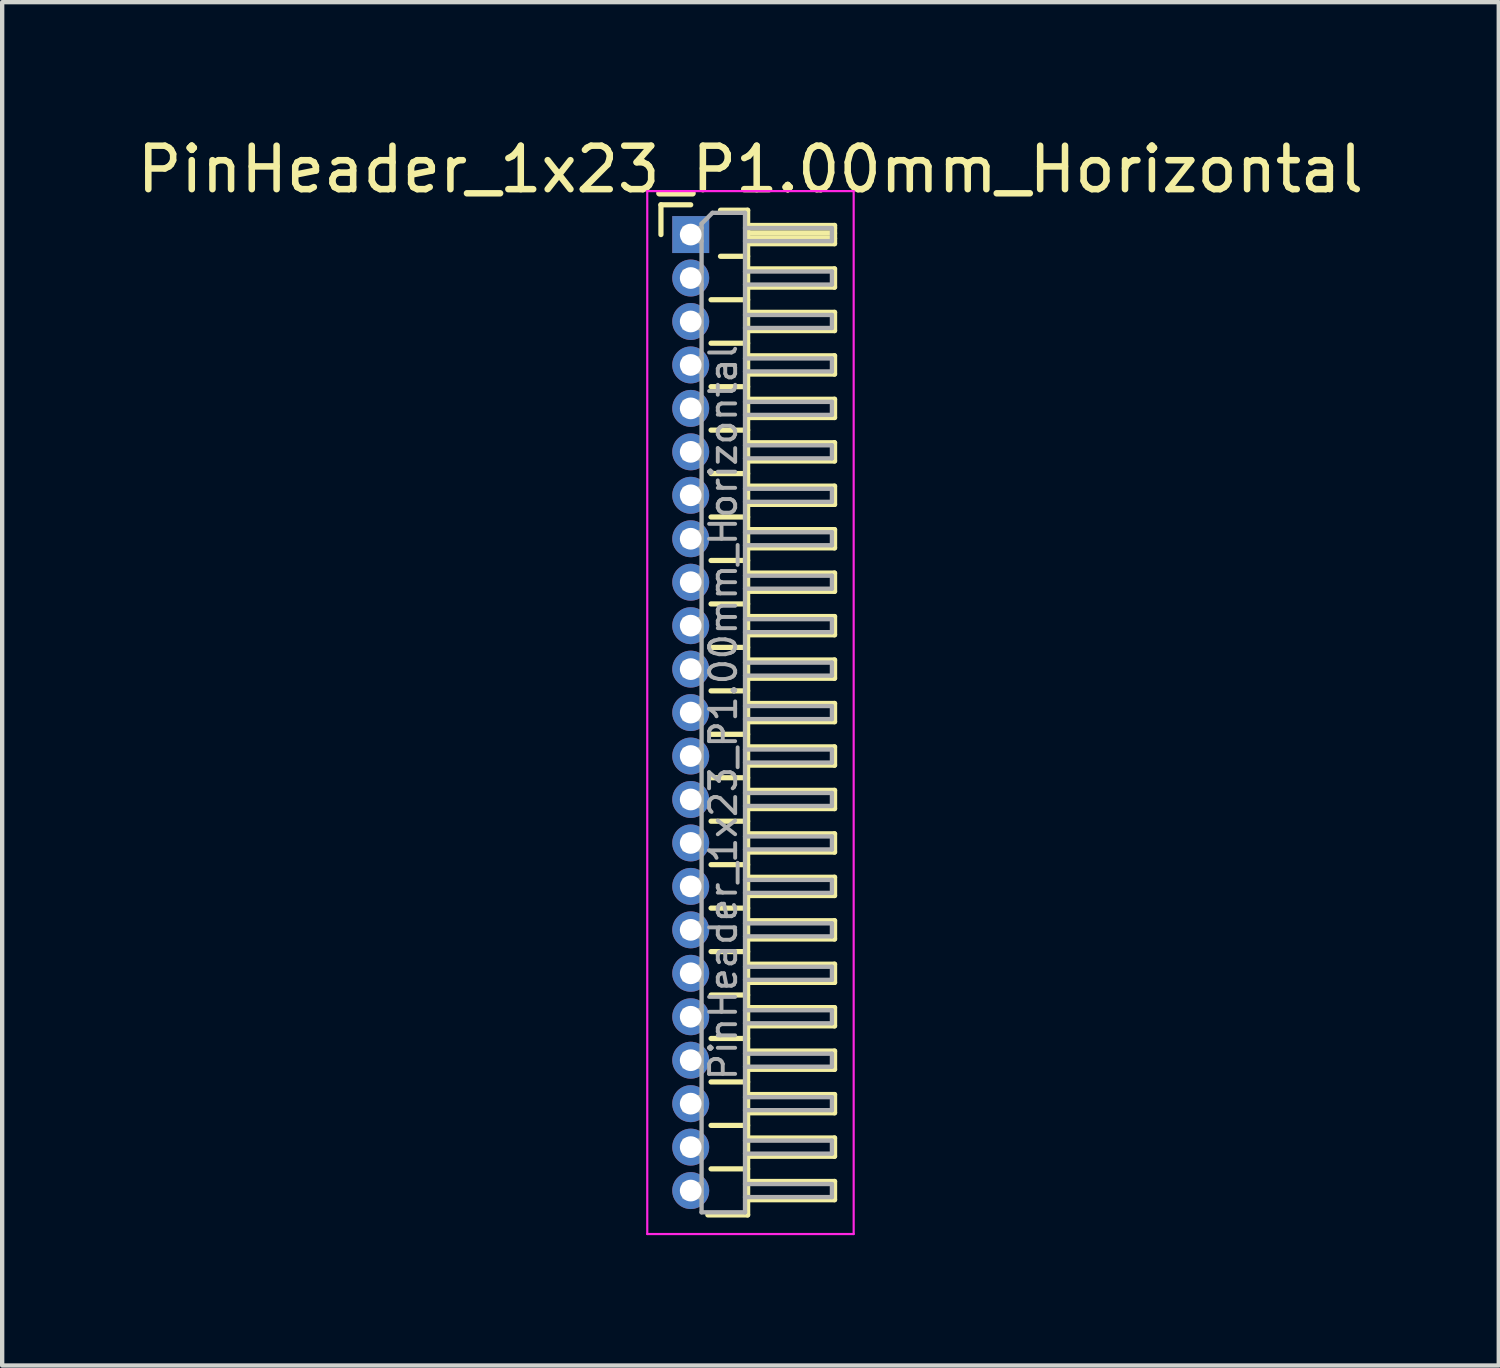
<source format=kicad_pcb>
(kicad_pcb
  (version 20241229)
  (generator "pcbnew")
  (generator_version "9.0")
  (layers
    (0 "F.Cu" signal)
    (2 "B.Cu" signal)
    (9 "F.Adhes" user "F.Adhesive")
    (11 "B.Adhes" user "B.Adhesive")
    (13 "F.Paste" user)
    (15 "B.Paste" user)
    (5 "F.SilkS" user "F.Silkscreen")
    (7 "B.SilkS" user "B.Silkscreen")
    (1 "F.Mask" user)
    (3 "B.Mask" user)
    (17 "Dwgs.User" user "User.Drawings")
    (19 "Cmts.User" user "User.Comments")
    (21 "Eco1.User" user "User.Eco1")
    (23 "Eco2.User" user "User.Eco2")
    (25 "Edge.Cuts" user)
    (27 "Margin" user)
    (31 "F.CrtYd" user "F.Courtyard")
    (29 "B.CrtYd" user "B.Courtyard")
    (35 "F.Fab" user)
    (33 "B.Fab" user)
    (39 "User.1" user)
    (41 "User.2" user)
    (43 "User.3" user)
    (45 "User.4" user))
  (footprint "PinHeader_1x23_P1.00mm_Horizontal"
    (layer "F.Cu")
    (at 12.845 2.348)
    (property "Reference" "PinHeader_1x23_P1.00mm_Horizontal" (at 1.375 -1.5 0) (layer "F.SilkS") (effects (font (size 1 1) (thickness 0.15))))
    (attr through_hole)
    (fp_line (start -0.685 -0.685) (end 0 -0.685) (stroke (width 0.12) (type solid)) (layer "F.SilkS"))
    (fp_line (start -0.685 0) (end -0.685 -0.685) (stroke (width 0.12) (type solid)) (layer "F.SilkS"))
    (fp_line (start 0.468 1.5) (end 1.31 1.5) (stroke (width 0.12) (type solid)) (layer "F.SilkS"))
    (fp_line (start 0.468 2.5) (end 1.31 2.5) (stroke (width 0.12) (type solid)) (layer "F.SilkS"))
    (fp_line (start 0.468 3.5) (end 1.31 3.5) (stroke (width 0.12) (type solid)) (layer "F.SilkS"))
    (fp_line (start 0.468 4.5) (end 1.31 4.5) (stroke (width 0.12) (type solid)) (layer "F.SilkS"))
    (fp_line (start 0.468 5.5) (end 1.31 5.5) (stroke (width 0.12) (type solid)) (layer "F.SilkS"))
    (fp_line (start 0.468 6.5) (end 1.31 6.5) (stroke (width 0.12) (type solid)) (layer "F.SilkS"))
    (fp_line (start 0.468 7.5) (end 1.31 7.5) (stroke (width 0.12) (type solid)) (layer "F.SilkS"))
    (fp_line (start 0.468 8.5) (end 1.31 8.5) (stroke (width 0.12) (type solid)) (layer "F.SilkS"))
    (fp_line (start 0.468 9.5) (end 1.31 9.5) (stroke (width 0.12) (type solid)) (layer "F.SilkS"))
    (fp_line (start 0.468 10.5) (end 1.31 10.5) (stroke (width 0.12) (type solid)) (layer "F.SilkS"))
    (fp_line (start 0.468 11.5) (end 1.31 11.5) (stroke (width 0.12) (type solid)) (layer "F.SilkS"))
    (fp_line (start 0.468 12.5) (end 1.31 12.5) (stroke (width 0.12) (type solid)) (layer "F.SilkS"))
    (fp_line (start 0.468 13.5) (end 1.31 13.5) (stroke (width 0.12) (type solid)) (layer "F.SilkS"))
    (fp_line (start 0.468 14.5) (end 1.31 14.5) (stroke (width 0.12) (type solid)) (layer "F.SilkS"))
    (fp_line (start 0.468 15.5) (end 1.31 15.5) (stroke (width 0.12) (type solid)) (layer "F.SilkS"))
    (fp_line (start 0.468 16.5) (end 1.31 16.5) (stroke (width 0.12) (type solid)) (layer "F.SilkS"))
    (fp_line (start 0.468 17.5) (end 1.31 17.5) (stroke (width 0.12) (type solid)) (layer "F.SilkS"))
    (fp_line (start 0.468 18.5) (end 1.31 18.5) (stroke (width 0.12) (type solid)) (layer "F.SilkS"))
    (fp_line (start 0.468 19.5) (end 1.31 19.5) (stroke (width 0.12) (type solid)) (layer "F.SilkS"))
    (fp_line (start 0.468 20.5) (end 1.31 20.5) (stroke (width 0.12) (type solid)) (layer "F.SilkS"))
    (fp_line (start 0.468 21.5) (end 1.31 21.5) (stroke (width 0.12) (type solid)) (layer "F.SilkS"))
    (fp_line (start 0.685 -0.56) (end 1.31 -0.56) (stroke (width 0.12) (type solid)) (layer "F.SilkS"))
    (fp_line (start 0.685 0.5) (end 1.31 0.5) (stroke (width 0.12) (type solid)) (layer "F.SilkS"))
    (fp_line (start 1.31 -0.56) (end 1.31 22.56) (stroke (width 0.12) (type solid)) (layer "F.SilkS"))
    (fp_line (start 1.31 -0.21) (end 3.31 -0.21) (stroke (width 0.12) (type solid)) (layer "F.SilkS"))
    (fp_line (start 1.31 -0.15) (end 3.31 -0.15) (stroke (width 0.12) (type solid)) (layer "F.SilkS"))
    (fp_line (start 1.31 -0.03) (end 3.31 -0.03) (stroke (width 0.12) (type solid)) (layer "F.SilkS"))
    (fp_line (start 1.31 0.09) (end 3.31 0.09) (stroke (width 0.12) (type solid)) (layer "F.SilkS"))
    (fp_line (start 1.31 0.79) (end 3.31 0.79) (stroke (width 0.12) (type solid)) (layer "F.SilkS"))
    (fp_line (start 1.31 1.79) (end 3.31 1.79) (stroke (width 0.12) (type solid)) (layer "F.SilkS"))
    (fp_line (start 1.31 2.79) (end 3.31 2.79) (stroke (width 0.12) (type solid)) (layer "F.SilkS"))
    (fp_line (start 1.31 3.79) (end 3.31 3.79) (stroke (width 0.12) (type solid)) (layer "F.SilkS"))
    (fp_line (start 1.31 4.79) (end 3.31 4.79) (stroke (width 0.12) (type solid)) (layer "F.SilkS"))
    (fp_line (start 1.31 5.79) (end 3.31 5.79) (stroke (width 0.12) (type solid)) (layer "F.SilkS"))
    (fp_line (start 1.31 6.79) (end 3.31 6.79) (stroke (width 0.12) (type solid)) (layer "F.SilkS"))
    (fp_line (start 1.31 7.79) (end 3.31 7.79) (stroke (width 0.12) (type solid)) (layer "F.SilkS"))
    (fp_line (start 1.31 8.79) (end 3.31 8.79) (stroke (width 0.12) (type solid)) (layer "F.SilkS"))
    (fp_line (start 1.31 9.79) (end 3.31 9.79) (stroke (width 0.12) (type solid)) (layer "F.SilkS"))
    (fp_line (start 1.31 10.79) (end 3.31 10.79) (stroke (width 0.12) (type solid)) (layer "F.SilkS"))
    (fp_line (start 1.31 11.79) (end 3.31 11.79) (stroke (width 0.12) (type solid)) (layer "F.SilkS"))
    (fp_line (start 1.31 12.79) (end 3.31 12.79) (stroke (width 0.12) (type solid)) (layer "F.SilkS"))
    (fp_line (start 1.31 13.79) (end 3.31 13.79) (stroke (width 0.12) (type solid)) (layer "F.SilkS"))
    (fp_line (start 1.31 14.79) (end 3.31 14.79) (stroke (width 0.12) (type solid)) (layer "F.SilkS"))
    (fp_line (start 1.31 15.79) (end 3.31 15.79) (stroke (width 0.12) (type solid)) (layer "F.SilkS"))
    (fp_line (start 1.31 16.79) (end 3.31 16.79) (stroke (width 0.12) (type solid)) (layer "F.SilkS"))
    (fp_line (start 1.31 17.79) (end 3.31 17.79) (stroke (width 0.12) (type solid)) (layer "F.SilkS"))
    (fp_line (start 1.31 18.79) (end 3.31 18.79) (stroke (width 0.12) (type solid)) (layer "F.SilkS"))
    (fp_line (start 1.31 19.79) (end 3.31 19.79) (stroke (width 0.12) (type solid)) (layer "F.SilkS"))
    (fp_line (start 1.31 20.79) (end 3.31 20.79) (stroke (width 0.12) (type solid)) (layer "F.SilkS"))
    (fp_line (start 1.31 21.79) (end 3.31 21.79) (stroke (width 0.12) (type solid)) (layer "F.SilkS"))
    (fp_line (start 1.31 22.56) (end 0.394 22.56) (stroke (width 0.12) (type solid)) (layer "F.SilkS"))
    (fp_line (start 3.31 -0.21) (end 3.31 0.21) (stroke (width 0.12) (type solid)) (layer "F.SilkS"))
    (fp_line (start 3.31 0.21) (end 1.31 0.21) (stroke (width 0.12) (type solid)) (layer "F.SilkS"))
    (fp_line (start 3.31 0.79) (end 3.31 1.21) (stroke (width 0.12) (type solid)) (layer "F.SilkS"))
    (fp_line (start 3.31 1.21) (end 1.31 1.21) (stroke (width 0.12) (type solid)) (layer "F.SilkS"))
    (fp_line (start 3.31 1.79) (end 3.31 2.21) (stroke (width 0.12) (type solid)) (layer "F.SilkS"))
    (fp_line (start 3.31 2.21) (end 1.31 2.21) (stroke (width 0.12) (type solid)) (layer "F.SilkS"))
    (fp_line (start 3.31 2.79) (end 3.31 3.21) (stroke (width 0.12) (type solid)) (layer "F.SilkS"))
    (fp_line (start 3.31 3.21) (end 1.31 3.21) (stroke (width 0.12) (type solid)) (layer "F.SilkS"))
    (fp_line (start 3.31 3.79) (end 3.31 4.21) (stroke (width 0.12) (type solid)) (layer "F.SilkS"))
    (fp_line (start 3.31 4.21) (end 1.31 4.21) (stroke (width 0.12) (type solid)) (layer "F.SilkS"))
    (fp_line (start 3.31 4.79) (end 3.31 5.21) (stroke (width 0.12) (type solid)) (layer "F.SilkS"))
    (fp_line (start 3.31 5.21) (end 1.31 5.21) (stroke (width 0.12) (type solid)) (layer "F.SilkS"))
    (fp_line (start 3.31 5.79) (end 3.31 6.21) (stroke (width 0.12) (type solid)) (layer "F.SilkS"))
    (fp_line (start 3.31 6.21) (end 1.31 6.21) (stroke (width 0.12) (type solid)) (layer "F.SilkS"))
    (fp_line (start 3.31 6.79) (end 3.31 7.21) (stroke (width 0.12) (type solid)) (layer "F.SilkS"))
    (fp_line (start 3.31 7.21) (end 1.31 7.21) (stroke (width 0.12) (type solid)) (layer "F.SilkS"))
    (fp_line (start 3.31 7.79) (end 3.31 8.21) (stroke (width 0.12) (type solid)) (layer "F.SilkS"))
    (fp_line (start 3.31 8.21) (end 1.31 8.21) (stroke (width 0.12) (type solid)) (layer "F.SilkS"))
    (fp_line (start 3.31 8.79) (end 3.31 9.21) (stroke (width 0.12) (type solid)) (layer "F.SilkS"))
    (fp_line (start 3.31 9.21) (end 1.31 9.21) (stroke (width 0.12) (type solid)) (layer "F.SilkS"))
    (fp_line (start 3.31 9.79) (end 3.31 10.21) (stroke (width 0.12) (type solid)) (layer "F.SilkS"))
    (fp_line (start 3.31 10.21) (end 1.31 10.21) (stroke (width 0.12) (type solid)) (layer "F.SilkS"))
    (fp_line (start 3.31 10.79) (end 3.31 11.21) (stroke (width 0.12) (type solid)) (layer "F.SilkS"))
    (fp_line (start 3.31 11.21) (end 1.31 11.21) (stroke (width 0.12) (type solid)) (layer "F.SilkS"))
    (fp_line (start 3.31 11.79) (end 3.31 12.21) (stroke (width 0.12) (type solid)) (layer "F.SilkS"))
    (fp_line (start 3.31 12.21) (end 1.31 12.21) (stroke (width 0.12) (type solid)) (layer "F.SilkS"))
    (fp_line (start 3.31 12.79) (end 3.31 13.21) (stroke (width 0.12) (type solid)) (layer "F.SilkS"))
    (fp_line (start 3.31 13.21) (end 1.31 13.21) (stroke (width 0.12) (type solid)) (layer "F.SilkS"))
    (fp_line (start 3.31 13.79) (end 3.31 14.21) (stroke (width 0.12) (type solid)) (layer "F.SilkS"))
    (fp_line (start 3.31 14.21) (end 1.31 14.21) (stroke (width 0.12) (type solid)) (layer "F.SilkS"))
    (fp_line (start 3.31 14.79) (end 3.31 15.21) (stroke (width 0.12) (type solid)) (layer "F.SilkS"))
    (fp_line (start 3.31 15.21) (end 1.31 15.21) (stroke (width 0.12) (type solid)) (layer "F.SilkS"))
    (fp_line (start 3.31 15.79) (end 3.31 16.21) (stroke (width 0.12) (type solid)) (layer "F.SilkS"))
    (fp_line (start 3.31 16.21) (end 1.31 16.21) (stroke (width 0.12) (type solid)) (layer "F.SilkS"))
    (fp_line (start 3.31 16.79) (end 3.31 17.21) (stroke (width 0.12) (type solid)) (layer "F.SilkS"))
    (fp_line (start 3.31 17.21) (end 1.31 17.21) (stroke (width 0.12) (type solid)) (layer "F.SilkS"))
    (fp_line (start 3.31 17.79) (end 3.31 18.21) (stroke (width 0.12) (type solid)) (layer "F.SilkS"))
    (fp_line (start 3.31 18.21) (end 1.31 18.21) (stroke (width 0.12) (type solid)) (layer "F.SilkS"))
    (fp_line (start 3.31 18.79) (end 3.31 19.21) (stroke (width 0.12) (type solid)) (layer "F.SilkS"))
    (fp_line (start 3.31 19.21) (end 1.31 19.21) (stroke (width 0.12) (type solid)) (layer "F.SilkS"))
    (fp_line (start 3.31 19.79) (end 3.31 20.21) (stroke (width 0.12) (type solid)) (layer "F.SilkS"))
    (fp_line (start 3.31 20.21) (end 1.31 20.21) (stroke (width 0.12) (type solid)) (layer "F.SilkS"))
    (fp_line (start 3.31 20.79) (end 3.31 21.21) (stroke (width 0.12) (type solid)) (layer "F.SilkS"))
    (fp_line (start 3.31 21.21) (end 1.31 21.21) (stroke (width 0.12) (type solid)) (layer "F.SilkS"))
    (fp_line (start 3.31 21.79) (end 3.31 22.21) (stroke (width 0.12) (type solid)) (layer "F.SilkS"))
    (fp_line (start 3.31 22.21) (end 1.31 22.21) (stroke (width 0.12) (type solid)) (layer "F.SilkS"))
    (fp_line (start -1 -1) (end -1 23) (stroke (width 0.05) (type solid)) (layer "F.CrtYd"))
    (fp_line (start -1 23) (end 3.75 23) (stroke (width 0.05) (type solid)) (layer "F.CrtYd"))
    (fp_line (start 3.75 -1) (end -1 -1) (stroke (width 0.05) (type solid)) (layer "F.CrtYd"))
    (fp_line (start 3.75 23) (end 3.75 -1) (stroke (width 0.05) (type solid)) (layer "F.CrtYd"))
    (fp_line (start -0.15 -0.15) (end -0.15 0.15) (stroke (width 0.1) (type solid)) (layer "F.Fab"))
    (fp_line (start -0.15 -0.15) (end 0.25 -0.15) (stroke (width 0.1) (type solid)) (layer "F.Fab"))
    (fp_line (start -0.15 0.15) (end 0.25 0.15) (stroke (width 0.1) (type solid)) (layer "F.Fab"))
    (fp_line (start -0.15 0.85) (end -0.15 1.15) (stroke (width 0.1) (type solid)) (layer "F.Fab"))
    (fp_line (start -0.15 0.85) (end 0.25 0.85) (stroke (width 0.1) (type solid)) (layer "F.Fab"))
    (fp_line (start -0.15 1.15) (end 0.25 1.15) (stroke (width 0.1) (type solid)) (layer "F.Fab"))
    (fp_line (start -0.15 1.85) (end -0.15 2.15) (stroke (width 0.1) (type solid)) (layer "F.Fab"))
    (fp_line (start -0.15 1.85) (end 0.25 1.85) (stroke (width 0.1) (type solid)) (layer "F.Fab"))
    (fp_line (start -0.15 2.15) (end 0.25 2.15) (stroke (width 0.1) (type solid)) (layer "F.Fab"))
    (fp_line (start -0.15 2.85) (end -0.15 3.15) (stroke (width 0.1) (type solid)) (layer "F.Fab"))
    (fp_line (start -0.15 2.85) (end 0.25 2.85) (stroke (width 0.1) (type solid)) (layer "F.Fab"))
    (fp_line (start -0.15 3.15) (end 0.25 3.15) (stroke (width 0.1) (type solid)) (layer "F.Fab"))
    (fp_line (start -0.15 3.85) (end -0.15 4.15) (stroke (width 0.1) (type solid)) (layer "F.Fab"))
    (fp_line (start -0.15 3.85) (end 0.25 3.85) (stroke (width 0.1) (type solid)) (layer "F.Fab"))
    (fp_line (start -0.15 4.15) (end 0.25 4.15) (stroke (width 0.1) (type solid)) (layer "F.Fab"))
    (fp_line (start -0.15 4.85) (end -0.15 5.15) (stroke (width 0.1) (type solid)) (layer "F.Fab"))
    (fp_line (start -0.15 4.85) (end 0.25 4.85) (stroke (width 0.1) (type solid)) (layer "F.Fab"))
    (fp_line (start -0.15 5.15) (end 0.25 5.15) (stroke (width 0.1) (type solid)) (layer "F.Fab"))
    (fp_line (start -0.15 5.85) (end -0.15 6.15) (stroke (width 0.1) (type solid)) (layer "F.Fab"))
    (fp_line (start -0.15 5.85) (end 0.25 5.85) (stroke (width 0.1) (type solid)) (layer "F.Fab"))
    (fp_line (start -0.15 6.15) (end 0.25 6.15) (stroke (width 0.1) (type solid)) (layer "F.Fab"))
    (fp_line (start -0.15 6.85) (end -0.15 7.15) (stroke (width 0.1) (type solid)) (layer "F.Fab"))
    (fp_line (start -0.15 6.85) (end 0.25 6.85) (stroke (width 0.1) (type solid)) (layer "F.Fab"))
    (fp_line (start -0.15 7.15) (end 0.25 7.15) (stroke (width 0.1) (type solid)) (layer "F.Fab"))
    (fp_line (start -0.15 7.85) (end -0.15 8.15) (stroke (width 0.1) (type solid)) (layer "F.Fab"))
    (fp_line (start -0.15 7.85) (end 0.25 7.85) (stroke (width 0.1) (type solid)) (layer "F.Fab"))
    (fp_line (start -0.15 8.15) (end 0.25 8.15) (stroke (width 0.1) (type solid)) (layer "F.Fab"))
    (fp_line (start -0.15 8.85) (end -0.15 9.15) (stroke (width 0.1) (type solid)) (layer "F.Fab"))
    (fp_line (start -0.15 8.85) (end 0.25 8.85) (stroke (width 0.1) (type solid)) (layer "F.Fab"))
    (fp_line (start -0.15 9.15) (end 0.25 9.15) (stroke (width 0.1) (type solid)) (layer "F.Fab"))
    (fp_line (start -0.15 9.85) (end -0.15 10.15) (stroke (width 0.1) (type solid)) (layer "F.Fab"))
    (fp_line (start -0.15 9.85) (end 0.25 9.85) (stroke (width 0.1) (type solid)) (layer "F.Fab"))
    (fp_line (start -0.15 10.15) (end 0.25 10.15) (stroke (width 0.1) (type solid)) (layer "F.Fab"))
    (fp_line (start -0.15 10.85) (end -0.15 11.15) (stroke (width 0.1) (type solid)) (layer "F.Fab"))
    (fp_line (start -0.15 10.85) (end 0.25 10.85) (stroke (width 0.1) (type solid)) (layer "F.Fab"))
    (fp_line (start -0.15 11.15) (end 0.25 11.15) (stroke (width 0.1) (type solid)) (layer "F.Fab"))
    (fp_line (start -0.15 11.85) (end -0.15 12.15) (stroke (width 0.1) (type solid)) (layer "F.Fab"))
    (fp_line (start -0.15 11.85) (end 0.25 11.85) (stroke (width 0.1) (type solid)) (layer "F.Fab"))
    (fp_line (start -0.15 12.15) (end 0.25 12.15) (stroke (width 0.1) (type solid)) (layer "F.Fab"))
    (fp_line (start -0.15 12.85) (end -0.15 13.15) (stroke (width 0.1) (type solid)) (layer "F.Fab"))
    (fp_line (start -0.15 12.85) (end 0.25 12.85) (stroke (width 0.1) (type solid)) (layer "F.Fab"))
    (fp_line (start -0.15 13.15) (end 0.25 13.15) (stroke (width 0.1) (type solid)) (layer "F.Fab"))
    (fp_line (start -0.15 13.85) (end -0.15 14.15) (stroke (width 0.1) (type solid)) (layer "F.Fab"))
    (fp_line (start -0.15 13.85) (end 0.25 13.85) (stroke (width 0.1) (type solid)) (layer "F.Fab"))
    (fp_line (start -0.15 14.15) (end 0.25 14.15) (stroke (width 0.1) (type solid)) (layer "F.Fab"))
    (fp_line (start -0.15 14.85) (end -0.15 15.15) (stroke (width 0.1) (type solid)) (layer "F.Fab"))
    (fp_line (start -0.15 14.85) (end 0.25 14.85) (stroke (width 0.1) (type solid)) (layer "F.Fab"))
    (fp_line (start -0.15 15.15) (end 0.25 15.15) (stroke (width 0.1) (type solid)) (layer "F.Fab"))
    (fp_line (start -0.15 15.85) (end -0.15 16.15) (stroke (width 0.1) (type solid)) (layer "F.Fab"))
    (fp_line (start -0.15 15.85) (end 0.25 15.85) (stroke (width 0.1) (type solid)) (layer "F.Fab"))
    (fp_line (start -0.15 16.15) (end 0.25 16.15) (stroke (width 0.1) (type solid)) (layer "F.Fab"))
    (fp_line (start -0.15 16.85) (end -0.15 17.15) (stroke (width 0.1) (type solid)) (layer "F.Fab"))
    (fp_line (start -0.15 16.85) (end 0.25 16.85) (stroke (width 0.1) (type solid)) (layer "F.Fab"))
    (fp_line (start -0.15 17.15) (end 0.25 17.15) (stroke (width 0.1) (type solid)) (layer "F.Fab"))
    (fp_line (start -0.15 17.85) (end -0.15 18.15) (stroke (width 0.1) (type solid)) (layer "F.Fab"))
    (fp_line (start -0.15 17.85) (end 0.25 17.85) (stroke (width 0.1) (type solid)) (layer "F.Fab"))
    (fp_line (start -0.15 18.15) (end 0.25 18.15) (stroke (width 0.1) (type solid)) (layer "F.Fab"))
    (fp_line (start -0.15 18.85) (end -0.15 19.15) (stroke (width 0.1) (type solid)) (layer "F.Fab"))
    (fp_line (start -0.15 18.85) (end 0.25 18.85) (stroke (width 0.1) (type solid)) (layer "F.Fab"))
    (fp_line (start -0.15 19.15) (end 0.25 19.15) (stroke (width 0.1) (type solid)) (layer "F.Fab"))
    (fp_line (start -0.15 19.85) (end -0.15 20.15) (stroke (width 0.1) (type solid)) (layer "F.Fab"))
    (fp_line (start -0.15 19.85) (end 0.25 19.85) (stroke (width 0.1) (type solid)) (layer "F.Fab"))
    (fp_line (start -0.15 20.15) (end 0.25 20.15) (stroke (width 0.1) (type solid)) (layer "F.Fab"))
    (fp_line (start -0.15 20.85) (end -0.15 21.15) (stroke (width 0.1) (type solid)) (layer "F.Fab"))
    (fp_line (start -0.15 20.85) (end 0.25 20.85) (stroke (width 0.1) (type solid)) (layer "F.Fab"))
    (fp_line (start -0.15 21.15) (end 0.25 21.15) (stroke (width 0.1) (type solid)) (layer "F.Fab"))
    (fp_line (start -0.15 21.85) (end -0.15 22.15) (stroke (width 0.1) (type solid)) (layer "F.Fab"))
    (fp_line (start -0.15 21.85) (end 0.25 21.85) (stroke (width 0.1) (type solid)) (layer "F.Fab"))
    (fp_line (start -0.15 22.15) (end 0.25 22.15) (stroke (width 0.1) (type solid)) (layer "F.Fab"))
    (fp_line (start 0.25 -0.25) (end 0.5 -0.5) (stroke (width 0.1) (type solid)) (layer "F.Fab"))
    (fp_line (start 0.25 22.5) (end 0.25 -0.25) (stroke (width 0.1) (type solid)) (layer "F.Fab"))
    (fp_line (start 0.5 -0.5) (end 1.25 -0.5) (stroke (width 0.1) (type solid)) (layer "F.Fab"))
    (fp_line (start 1.25 -0.5) (end 1.25 22.5) (stroke (width 0.1) (type solid)) (layer "F.Fab"))
    (fp_line (start 1.25 -0.15) (end 3.25 -0.15) (stroke (width 0.1) (type solid)) (layer "F.Fab"))
    (fp_line (start 1.25 0.15) (end 3.25 0.15) (stroke (width 0.1) (type solid)) (layer "F.Fab"))
    (fp_line (start 1.25 0.85) (end 3.25 0.85) (stroke (width 0.1) (type solid)) (layer "F.Fab"))
    (fp_line (start 1.25 1.15) (end 3.25 1.15) (stroke (width 0.1) (type solid)) (layer "F.Fab"))
    (fp_line (start 1.25 1.85) (end 3.25 1.85) (stroke (width 0.1) (type solid)) (layer "F.Fab"))
    (fp_line (start 1.25 2.15) (end 3.25 2.15) (stroke (width 0.1) (type solid)) (layer "F.Fab"))
    (fp_line (start 1.25 2.85) (end 3.25 2.85) (stroke (width 0.1) (type solid)) (layer "F.Fab"))
    (fp_line (start 1.25 3.15) (end 3.25 3.15) (stroke (width 0.1) (type solid)) (layer "F.Fab"))
    (fp_line (start 1.25 3.85) (end 3.25 3.85) (stroke (width 0.1) (type solid)) (layer "F.Fab"))
    (fp_line (start 1.25 4.15) (end 3.25 4.15) (stroke (width 0.1) (type solid)) (layer "F.Fab"))
    (fp_line (start 1.25 4.85) (end 3.25 4.85) (stroke (width 0.1) (type solid)) (layer "F.Fab"))
    (fp_line (start 1.25 5.15) (end 3.25 5.15) (stroke (width 0.1) (type solid)) (layer "F.Fab"))
    (fp_line (start 1.25 5.85) (end 3.25 5.85) (stroke (width 0.1) (type solid)) (layer "F.Fab"))
    (fp_line (start 1.25 6.15) (end 3.25 6.15) (stroke (width 0.1) (type solid)) (layer "F.Fab"))
    (fp_line (start 1.25 6.85) (end 3.25 6.85) (stroke (width 0.1) (type solid)) (layer "F.Fab"))
    (fp_line (start 1.25 7.15) (end 3.25 7.15) (stroke (width 0.1) (type solid)) (layer "F.Fab"))
    (fp_line (start 1.25 7.85) (end 3.25 7.85) (stroke (width 0.1) (type solid)) (layer "F.Fab"))
    (fp_line (start 1.25 8.15) (end 3.25 8.15) (stroke (width 0.1) (type solid)) (layer "F.Fab"))
    (fp_line (start 1.25 8.85) (end 3.25 8.85) (stroke (width 0.1) (type solid)) (layer "F.Fab"))
    (fp_line (start 1.25 9.15) (end 3.25 9.15) (stroke (width 0.1) (type solid)) (layer "F.Fab"))
    (fp_line (start 1.25 9.85) (end 3.25 9.85) (stroke (width 0.1) (type solid)) (layer "F.Fab"))
    (fp_line (start 1.25 10.15) (end 3.25 10.15) (stroke (width 0.1) (type solid)) (layer "F.Fab"))
    (fp_line (start 1.25 10.85) (end 3.25 10.85) (stroke (width 0.1) (type solid)) (layer "F.Fab"))
    (fp_line (start 1.25 11.15) (end 3.25 11.15) (stroke (width 0.1) (type solid)) (layer "F.Fab"))
    (fp_line (start 1.25 11.85) (end 3.25 11.85) (stroke (width 0.1) (type solid)) (layer "F.Fab"))
    (fp_line (start 1.25 12.15) (end 3.25 12.15) (stroke (width 0.1) (type solid)) (layer "F.Fab"))
    (fp_line (start 1.25 12.85) (end 3.25 12.85) (stroke (width 0.1) (type solid)) (layer "F.Fab"))
    (fp_line (start 1.25 13.15) (end 3.25 13.15) (stroke (width 0.1) (type solid)) (layer "F.Fab"))
    (fp_line (start 1.25 13.85) (end 3.25 13.85) (stroke (width 0.1) (type solid)) (layer "F.Fab"))
    (fp_line (start 1.25 14.15) (end 3.25 14.15) (stroke (width 0.1) (type solid)) (layer "F.Fab"))
    (fp_line (start 1.25 14.85) (end 3.25 14.85) (stroke (width 0.1) (type solid)) (layer "F.Fab"))
    (fp_line (start 1.25 15.15) (end 3.25 15.15) (stroke (width 0.1) (type solid)) (layer "F.Fab"))
    (fp_line (start 1.25 15.85) (end 3.25 15.85) (stroke (width 0.1) (type solid)) (layer "F.Fab"))
    (fp_line (start 1.25 16.15) (end 3.25 16.15) (stroke (width 0.1) (type solid)) (layer "F.Fab"))
    (fp_line (start 1.25 16.85) (end 3.25 16.85) (stroke (width 0.1) (type solid)) (layer "F.Fab"))
    (fp_line (start 1.25 17.15) (end 3.25 17.15) (stroke (width 0.1) (type solid)) (layer "F.Fab"))
    (fp_line (start 1.25 17.85) (end 3.25 17.85) (stroke (width 0.1) (type solid)) (layer "F.Fab"))
    (fp_line (start 1.25 18.15) (end 3.25 18.15) (stroke (width 0.1) (type solid)) (layer "F.Fab"))
    (fp_line (start 1.25 18.85) (end 3.25 18.85) (stroke (width 0.1) (type solid)) (layer "F.Fab"))
    (fp_line (start 1.25 19.15) (end 3.25 19.15) (stroke (width 0.1) (type solid)) (layer "F.Fab"))
    (fp_line (start 1.25 19.85) (end 3.25 19.85) (stroke (width 0.1) (type solid)) (layer "F.Fab"))
    (fp_line (start 1.25 20.15) (end 3.25 20.15) (stroke (width 0.1) (type solid)) (layer "F.Fab"))
    (fp_line (start 1.25 20.85) (end 3.25 20.85) (stroke (width 0.1) (type solid)) (layer "F.Fab"))
    (fp_line (start 1.25 21.15) (end 3.25 21.15) (stroke (width 0.1) (type solid)) (layer "F.Fab"))
    (fp_line (start 1.25 21.85) (end 3.25 21.85) (stroke (width 0.1) (type solid)) (layer "F.Fab"))
    (fp_line (start 1.25 22.15) (end 3.25 22.15) (stroke (width 0.1) (type solid)) (layer "F.Fab"))
    (fp_line (start 1.25 22.5) (end 0.25 22.5) (stroke (width 0.1) (type solid)) (layer "F.Fab"))
    (fp_line (start 3.25 -0.15) (end 3.25 0.15) (stroke (width 0.1) (type solid)) (layer "F.Fab"))
    (fp_line (start 3.25 0.85) (end 3.25 1.15) (stroke (width 0.1) (type solid)) (layer "F.Fab"))
    (fp_line (start 3.25 1.85) (end 3.25 2.15) (stroke (width 0.1) (type solid)) (layer "F.Fab"))
    (fp_line (start 3.25 2.85) (end 3.25 3.15) (stroke (width 0.1) (type solid)) (layer "F.Fab"))
    (fp_line (start 3.25 3.85) (end 3.25 4.15) (stroke (width 0.1) (type solid)) (layer "F.Fab"))
    (fp_line (start 3.25 4.85) (end 3.25 5.15) (stroke (width 0.1) (type solid)) (layer "F.Fab"))
    (fp_line (start 3.25 5.85) (end 3.25 6.15) (stroke (width 0.1) (type solid)) (layer "F.Fab"))
    (fp_line (start 3.25 6.85) (end 3.25 7.15) (stroke (width 0.1) (type solid)) (layer "F.Fab"))
    (fp_line (start 3.25 7.85) (end 3.25 8.15) (stroke (width 0.1) (type solid)) (layer "F.Fab"))
    (fp_line (start 3.25 8.85) (end 3.25 9.15) (stroke (width 0.1) (type solid)) (layer "F.Fab"))
    (fp_line (start 3.25 9.85) (end 3.25 10.15) (stroke (width 0.1) (type solid)) (layer "F.Fab"))
    (fp_line (start 3.25 10.85) (end 3.25 11.15) (stroke (width 0.1) (type solid)) (layer "F.Fab"))
    (fp_line (start 3.25 11.85) (end 3.25 12.15) (stroke (width 0.1) (type solid)) (layer "F.Fab"))
    (fp_line (start 3.25 12.85) (end 3.25 13.15) (stroke (width 0.1) (type solid)) (layer "F.Fab"))
    (fp_line (start 3.25 13.85) (end 3.25 14.15) (stroke (width 0.1) (type solid)) (layer "F.Fab"))
    (fp_line (start 3.25 14.85) (end 3.25 15.15) (stroke (width 0.1) (type solid)) (layer "F.Fab"))
    (fp_line (start 3.25 15.85) (end 3.25 16.15) (stroke (width 0.1) (type solid)) (layer "F.Fab"))
    (fp_line (start 3.25 16.85) (end 3.25 17.15) (stroke (width 0.1) (type solid)) (layer "F.Fab"))
    (fp_line (start 3.25 17.85) (end 3.25 18.15) (stroke (width 0.1) (type solid)) (layer "F.Fab"))
    (fp_line (start 3.25 18.85) (end 3.25 19.15) (stroke (width 0.1) (type solid)) (layer "F.Fab"))
    (fp_line (start 3.25 19.85) (end 3.25 20.15) (stroke (width 0.1) (type solid)) (layer "F.Fab"))
    (fp_line (start 3.25 20.85) (end 3.25 21.15) (stroke (width 0.1) (type solid)) (layer "F.Fab"))
    (fp_line (start 3.25 21.85) (end 3.25 22.15) (stroke (width 0.1) (type solid)) (layer "F.Fab"))
    (fp_text user "${REFERENCE}" (at 0.75 11 90) (layer "F.Fab") (effects (font (size 0.6 0.6) (thickness 0.09))))
    (pad "1" thru_hole rect (at 0 0) (size 0.85 0.85) (drill 0.5) (layers "*.Cu" "*.Mask"))
    (pad "2" thru_hole oval (at 0 1) (size 0.85 0.85) (drill 0.5) (layers "*.Cu" "*.Mask"))
    (pad "3" thru_hole oval (at 0 2) (size 0.85 0.85) (drill 0.5) (layers "*.Cu" "*.Mask"))
    (pad "4" thru_hole oval (at 0 3) (size 0.85 0.85) (drill 0.5) (layers "*.Cu" "*.Mask"))
    (pad "5" thru_hole oval (at 0 4) (size 0.85 0.85) (drill 0.5) (layers "*.Cu" "*.Mask"))
    (pad "6" thru_hole oval (at 0 5) (size 0.85 0.85) (drill 0.5) (layers "*.Cu" "*.Mask"))
    (pad "7" thru_hole oval (at 0 6) (size 0.85 0.85) (drill 0.5) (layers "*.Cu" "*.Mask"))
    (pad "8" thru_hole oval (at 0 7) (size 0.85 0.85) (drill 0.5) (layers "*.Cu" "*.Mask"))
    (pad "9" thru_hole oval (at 0 8) (size 0.85 0.85) (drill 0.5) (layers "*.Cu" "*.Mask"))
    (pad "10" thru_hole oval (at 0 9) (size 0.85 0.85) (drill 0.5) (layers "*.Cu" "*.Mask"))
    (pad "11" thru_hole oval (at 0 10) (size 0.85 0.85) (drill 0.5) (layers "*.Cu" "*.Mask"))
    (pad "12" thru_hole oval (at 0 11) (size 0.85 0.85) (drill 0.5) (layers "*.Cu" "*.Mask"))
    (pad "13" thru_hole oval (at 0 12) (size 0.85 0.85) (drill 0.5) (layers "*.Cu" "*.Mask"))
    (pad "14" thru_hole oval (at 0 13) (size 0.85 0.85) (drill 0.5) (layers "*.Cu" "*.Mask"))
    (pad "15" thru_hole oval (at 0 14) (size 0.85 0.85) (drill 0.5) (layers "*.Cu" "*.Mask"))
    (pad "16" thru_hole oval (at 0 15) (size 0.85 0.85) (drill 0.5) (layers "*.Cu" "*.Mask"))
    (pad "17" thru_hole oval (at 0 16) (size 0.85 0.85) (drill 0.5) (layers "*.Cu" "*.Mask"))
    (pad "18" thru_hole oval (at 0 17) (size 0.85 0.85) (drill 0.5) (layers "*.Cu" "*.Mask"))
    (pad "19" thru_hole oval (at 0 18) (size 0.85 0.85) (drill 0.5) (layers "*.Cu" "*.Mask"))
    (pad "20" thru_hole oval (at 0 19) (size 0.85 0.85) (drill 0.5) (layers "*.Cu" "*.Mask"))
    (pad "21" thru_hole oval (at 0 20) (size 0.85 0.85) (drill 0.5) (layers "*.Cu" "*.Mask"))
    (pad "22" thru_hole oval (at 0 21) (size 0.85 0.85) (drill 0.5) (layers "*.Cu" "*.Mask"))
    (pad "23" thru_hole oval (at 0 22) (size 0.85 0.85) (drill 0.5) (layers "*.Cu" "*.Mask")))
  (gr_rect
    (start -3 -3)
    (end 31.44 28.373)
    (stroke (width 0.1) (type default))
    (fill no)
    (layer "Edge.Cuts")))
</source>
